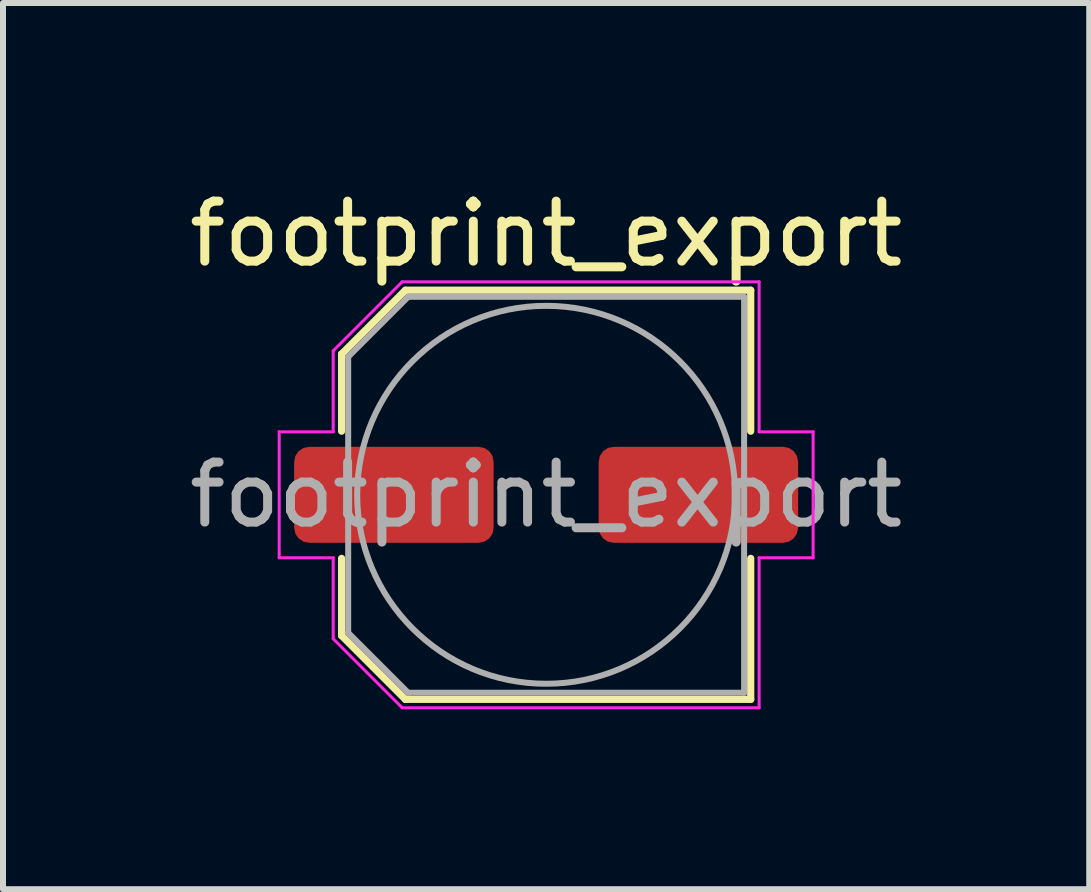
<source format=kicad_pcb>
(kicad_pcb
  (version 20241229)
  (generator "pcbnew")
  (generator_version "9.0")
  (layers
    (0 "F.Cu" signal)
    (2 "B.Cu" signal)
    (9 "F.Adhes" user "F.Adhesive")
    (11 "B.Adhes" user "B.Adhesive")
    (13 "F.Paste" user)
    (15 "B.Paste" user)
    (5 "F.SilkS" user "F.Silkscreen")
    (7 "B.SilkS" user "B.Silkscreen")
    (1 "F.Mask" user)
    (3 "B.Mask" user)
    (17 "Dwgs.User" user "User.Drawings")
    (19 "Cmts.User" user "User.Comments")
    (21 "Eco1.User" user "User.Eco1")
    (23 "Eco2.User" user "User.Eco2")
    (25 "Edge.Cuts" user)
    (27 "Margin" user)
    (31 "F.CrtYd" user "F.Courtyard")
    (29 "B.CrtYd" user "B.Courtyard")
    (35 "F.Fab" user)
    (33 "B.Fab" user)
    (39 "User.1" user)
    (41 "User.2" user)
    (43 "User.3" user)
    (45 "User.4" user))
  (footprint "footprint_export"
    (layer "F.Cu")
    (at 6.054 5.198)
    (property "Reference" "footprint_export" (at 0 -4.35 0) (layer "F.SilkS") (effects (font (size 1 1) (thickness 0.15))))
    (attr smd)
    (fp_line (start -3.41 -2.346) (end -3.41 -1.06) (stroke (width 0.12) (type solid)) (layer "F.SilkS"))
    (fp_line (start -3.41 -2.346) (end -2.346 -3.41) (stroke (width 0.12) (type solid)) (layer "F.SilkS"))
    (fp_line (start -3.41 2.346) (end -3.41 1.06) (stroke (width 0.12) (type solid)) (layer "F.SilkS"))
    (fp_line (start -3.41 2.346) (end -2.346 3.41) (stroke (width 0.12) (type solid)) (layer "F.SilkS"))
    (fp_line (start -2.346 -3.41) (end 3.41 -3.41) (stroke (width 0.12) (type solid)) (layer "F.SilkS"))
    (fp_line (start -2.346 3.41) (end 3.41 3.41) (stroke (width 0.12) (type solid)) (layer "F.SilkS"))
    (fp_line (start 3.41 -3.41) (end 3.41 -1.06) (stroke (width 0.12) (type solid)) (layer "F.SilkS"))
    (fp_line (start 3.41 3.41) (end 3.41 1.06) (stroke (width 0.12) (type solid)) (layer "F.SilkS"))
    (fp_line (start -4.45 -1.05) (end -4.45 1.05) (stroke (width 0.05) (type solid)) (layer "F.CrtYd"))
    (fp_line (start -4.45 1.05) (end -3.55 1.05) (stroke (width 0.05) (type solid)) (layer "F.CrtYd"))
    (fp_line (start -3.55 -2.4) (end -3.55 -1.05) (stroke (width 0.05) (type solid)) (layer "F.CrtYd"))
    (fp_line (start -3.55 -2.4) (end -2.4 -3.55) (stroke (width 0.05) (type solid)) (layer "F.CrtYd"))
    (fp_line (start -3.55 -1.05) (end -4.45 -1.05) (stroke (width 0.05) (type solid)) (layer "F.CrtYd"))
    (fp_line (start -3.55 1.05) (end -3.55 2.4) (stroke (width 0.05) (type solid)) (layer "F.CrtYd"))
    (fp_line (start -3.55 2.4) (end -2.4 3.55) (stroke (width 0.05) (type solid)) (layer "F.CrtYd"))
    (fp_line (start -2.4 -3.55) (end 3.55 -3.55) (stroke (width 0.05) (type solid)) (layer "F.CrtYd"))
    (fp_line (start -2.4 3.55) (end 3.55 3.55) (stroke (width 0.05) (type solid)) (layer "F.CrtYd"))
    (fp_line (start 3.55 -3.55) (end 3.55 -1.05) (stroke (width 0.05) (type solid)) (layer "F.CrtYd"))
    (fp_line (start 3.55 -1.05) (end 4.45 -1.05) (stroke (width 0.05) (type solid)) (layer "F.CrtYd"))
    (fp_line (start 3.55 1.05) (end 3.55 3.55) (stroke (width 0.05) (type solid)) (layer "F.CrtYd"))
    (fp_line (start 4.45 -1.05) (end 4.45 1.05) (stroke (width 0.05) (type solid)) (layer "F.CrtYd"))
    (fp_line (start 4.45 1.05) (end 3.55 1.05) (stroke (width 0.05) (type solid)) (layer "F.CrtYd"))
    (fp_line (start -3.3 -2.3) (end -3.3 2.3) (stroke (width 0.1) (type solid)) (layer "F.Fab"))
    (fp_line (start -3.3 -2.3) (end -2.3 -3.3) (stroke (width 0.1) (type solid)) (layer "F.Fab"))
    (fp_line (start -3.3 2.3) (end -2.3 3.3) (stroke (width 0.1) (type solid)) (layer "F.Fab"))
    (fp_line (start -2.3 -3.3) (end 3.3 -3.3) (stroke (width 0.1) (type solid)) (layer "F.Fab"))
    (fp_line (start -2.3 3.3) (end 3.3 3.3) (stroke (width 0.1) (type solid)) (layer "F.Fab"))
    (fp_line (start 3.3 -3.3) (end 3.3 3.3) (stroke (width 0.1) (type solid)) (layer "F.Fab"))
    (fp_circle (center 0 0) (end 3.15 0) (stroke (width 0.1) (type solid)) (fill no) (layer "F.Fab"))
    (fp_text user "${REFERENCE}" (at 0 0 0) (layer "F.Fab") (effects (font (size 1 1) (thickness 0.15))))
    (pad "1" smd roundrect (at -2.538 0) (size 3.325 1.6) (layers "F.Cu" "F.Mask" "F.Paste") (roundrect_rratio 0.156))
    (pad "2" smd roundrect (at 2.538 0) (size 3.325 1.6) (layers "F.Cu" "F.Mask" "F.Paste") (roundrect_rratio 0.156)))
  (gr_rect
    (start -3 -3)
    (end 15.107 11.773)
    (stroke (width 0.1) (type default))
    (fill no)
    (layer "Edge.Cuts")))
</source>
